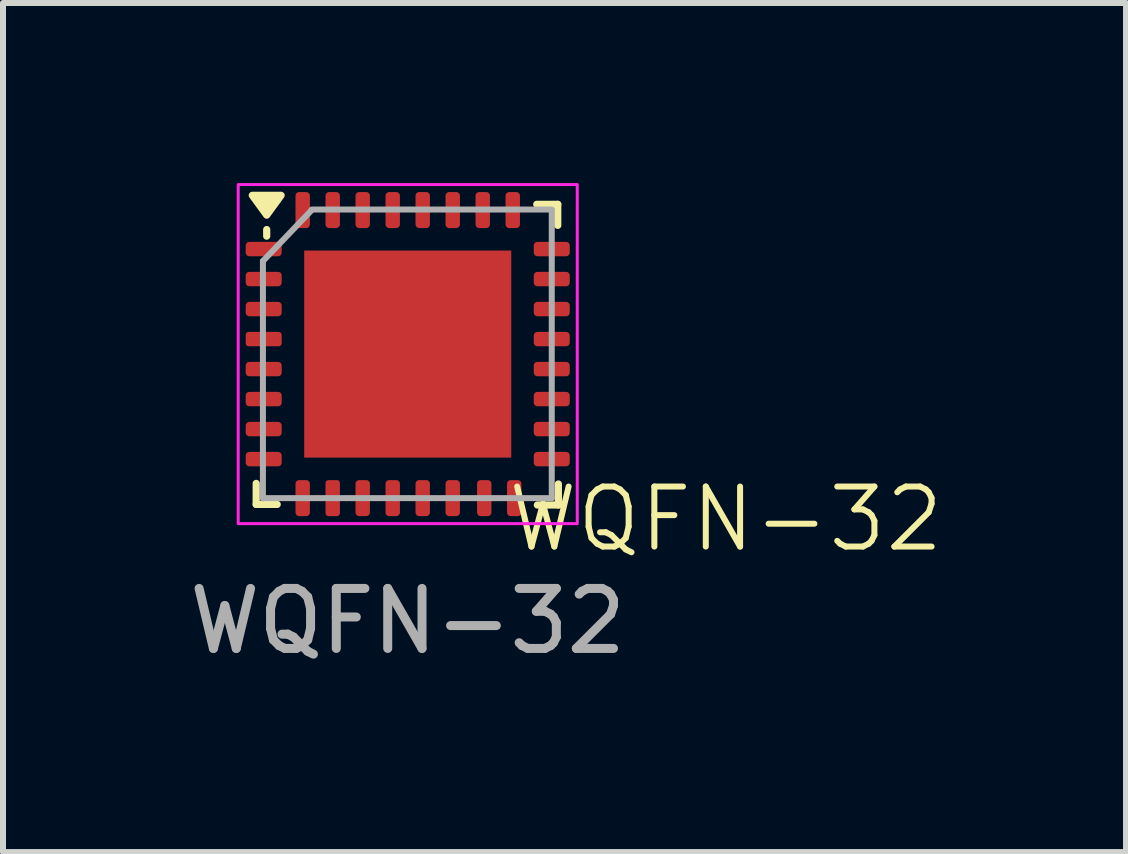
<source format=kicad_pcb>
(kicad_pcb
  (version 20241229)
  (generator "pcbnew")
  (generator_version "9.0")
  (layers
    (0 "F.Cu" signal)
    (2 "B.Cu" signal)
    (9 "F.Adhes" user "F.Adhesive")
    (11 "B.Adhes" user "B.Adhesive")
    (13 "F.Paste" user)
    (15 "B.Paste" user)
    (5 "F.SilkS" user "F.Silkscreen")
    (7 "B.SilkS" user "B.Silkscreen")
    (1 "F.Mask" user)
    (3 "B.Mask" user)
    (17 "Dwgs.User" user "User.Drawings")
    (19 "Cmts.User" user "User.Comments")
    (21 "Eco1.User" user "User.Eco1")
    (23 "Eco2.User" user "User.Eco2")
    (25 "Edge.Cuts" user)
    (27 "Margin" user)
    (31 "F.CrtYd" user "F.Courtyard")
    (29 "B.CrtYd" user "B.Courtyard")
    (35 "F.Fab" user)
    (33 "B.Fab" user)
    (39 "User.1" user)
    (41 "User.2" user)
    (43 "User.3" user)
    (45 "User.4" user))
  (footprint "WQFN-32"
    (layer "F.Cu")
    (at 3.744 2.85)
    (property "Reference" "WQFN-32" (at 5.3 2.75 0) (unlocked yes) (layer "F.SilkS") (effects (font (size 1 1) (thickness 0.1))))
    (attr smd)
    (fp_line (start -2.525 2.505) (end -2.525 2.155) (stroke (width 0.12) (type solid)) (layer "F.SilkS"))
    (fp_line (start -2.35 -1.965) (end -2.35 -2.075) (stroke (width 0.12) (type solid)) (layer "F.SilkS"))
    (fp_line (start -2.175 2.505) (end -2.525 2.505) (stroke (width 0.12) (type solid)) (layer "F.SilkS"))
    (fp_line (start 2.15 -2.495) (end 2.5 -2.495) (stroke (width 0.12) (type solid)) (layer "F.SilkS"))
    (fp_line (start 2.16 2.515) (end 2.51 2.515) (stroke (width 0.12) (type solid)) (layer "F.SilkS"))
    (fp_line (start 2.5 -2.495) (end 2.5 -2.145) (stroke (width 0.12) (type solid)) (layer "F.SilkS"))
    (fp_line (start 2.51 2.515) (end 2.51 2.165) (stroke (width 0.12) (type solid)) (layer "F.SilkS"))
    (fp_poly (pts (xy -2.35 -2.315) (xy -2.59 -2.645) (xy -2.11 -2.645) (xy -2.35 -2.315)) (stroke (width 0.12) (type solid)) (fill yes) (layer "F.SilkS"))
    (fp_rect (start -2.825 -2.825) (end 2.825 2.825) (stroke (width 0.05) (type default)) (fill no) (layer "F.CrtYd"))
    (fp_line (start -2.413 -1.55) (end -1.6 -2.4) (stroke (width 0.1) (type solid)) (layer "F.Fab"))
    (fp_line (start -2.413 2.405) (end -2.413 -1.55) (stroke (width 0.1) (type solid)) (layer "F.Fab"))
    (fp_line (start -1.6 -2.408) (end 2.4 -2.408) (stroke (width 0.1) (type solid)) (layer "F.Fab"))
    (fp_line (start 2.4 -2.4) (end 2.4 2.4) (stroke (width 0.1) (type solid)) (layer "F.Fab"))
    (fp_line (start 2.4 2.4) (end -2.4 2.4) (stroke (width 0.1) (type solid)) (layer "F.Fab"))
    (fp_text user "${REFERENCE}" (at 0 4.45 0) (unlocked yes) (layer "F.Fab") (effects (font (size 1 1) (thickness 0.15))))
    (pad "" smd roundrect (at -0.845 -0.845) (size 1.49 1.49) (layers "F.Paste") (roundrect_rratio 0.05))
    (pad "" smd roundrect (at -0.845 0.845) (size 1.49 1.49) (layers "F.Paste") (roundrect_rratio 0.05))
    (pad "" smd roundrect (at 0.845 -0.845) (size 1.49 1.49) (layers "F.Paste") (roundrect_rratio 0.05))
    (pad "" smd roundrect (at 0.845 0.845) (size 1.49 1.49) (layers "F.Paste") (roundrect_rratio 0.05))
    (pad "1" smd roundrect (at -2.4 -1.75) (size 0.6 0.24) (layers "F.Cu" "F.Mask" "F.Paste") (roundrect_rratio 0.25))
    (pad "2" smd roundrect (at -2.4 -1.25) (size 0.6 0.24) (layers "F.Cu" "F.Mask" "F.Paste") (roundrect_rratio 0.25))
    (pad "3" smd roundrect (at -2.4 -0.75) (size 0.6 0.24) (layers "F.Cu" "F.Mask" "F.Paste") (roundrect_rratio 0.25))
    (pad "4" smd roundrect (at -2.4 -0.25) (size 0.6 0.24) (layers "F.Cu" "F.Mask" "F.Paste") (roundrect_rratio 0.208))
    (pad "5" smd roundrect (at -2.4 0.25) (size 0.6 0.24) (layers "F.Cu" "F.Mask" "F.Paste") (roundrect_rratio 0.25))
    (pad "6" smd roundrect (at -2.4 0.75) (size 0.6 0.24) (layers "F.Cu" "F.Mask" "F.Paste") (roundrect_rratio 0.25))
    (pad "7" smd roundrect (at -2.4 1.25) (size 0.6 0.24) (layers "F.Cu" "F.Mask" "F.Paste") (roundrect_rratio 0.25))
    (pad "8" smd roundrect (at -2.4 1.75) (size 0.6 0.24) (layers "F.Cu" "F.Mask" "F.Paste") (roundrect_rratio 0.25))
    (pad "9" smd roundrect (at -1.75 2.4) (size 0.24 0.6) (layers "F.Cu" "F.Mask" "F.Paste") (roundrect_rratio 0.25))
    (pad "10" smd roundrect (at -1.25 2.4) (size 0.24 0.6) (layers "F.Cu" "F.Mask" "F.Paste") (roundrect_rratio 0.208))
    (pad "11" smd roundrect (at -0.75 2.4) (size 0.24 0.6) (layers "F.Cu" "F.Mask" "F.Paste") (roundrect_rratio 0.25))
    (pad "12" smd roundrect (at -0.25 2.4) (size 0.24 0.6) (layers "F.Cu" "F.Mask" "F.Paste") (roundrect_rratio 0.25))
    (pad "13" smd roundrect (at 0.25 2.4) (size 0.24 0.6) (layers "F.Cu" "F.Mask" "F.Paste") (roundrect_rratio 0.25))
    (pad "14" smd roundrect (at 0.75 2.4) (size 0.24 0.6) (layers "F.Cu" "F.Mask" "F.Paste") (roundrect_rratio 0.25))
    (pad "15" smd roundrect (at 1.275 2.4) (size 0.24 0.6) (layers "F.Cu" "F.Mask" "F.Paste") (roundrect_rratio 0.25))
    (pad "16" smd roundrect (at 1.775 2.4) (size 0.24 0.6) (layers "F.Cu" "F.Mask" "F.Paste") (roundrect_rratio 0.25))
    (pad "17" smd roundrect (at 2.4 1.75) (size 0.6 0.24) (layers "F.Cu" "F.Mask" "F.Paste") (roundrect_rratio 0.25))
    (pad "18" smd roundrect (at 2.4 1.25) (size 0.6 0.24) (layers "F.Cu" "F.Mask" "F.Paste") (roundrect_rratio 0.25))
    (pad "19" smd roundrect (at 2.4 0.75) (size 0.6 0.24) (layers "F.Cu" "F.Mask" "F.Paste") (roundrect_rratio 0.25))
    (pad "20" smd roundrect (at 2.4 0.25) (size 0.6 0.24) (layers "F.Cu" "F.Mask" "F.Paste") (roundrect_rratio 0.25))
    (pad "21" smd roundrect (at 2.4 -0.25) (size 0.6 0.24) (layers "F.Cu" "F.Mask" "F.Paste") (roundrect_rratio 0.25))
    (pad "22" smd roundrect (at 2.4 -0.75) (size 0.6 0.24) (layers "F.Cu" "F.Mask" "F.Paste") (roundrect_rratio 0.25))
    (pad "23" smd roundrect (at 2.4 -1.25) (size 0.6 0.24) (layers "F.Cu" "F.Mask" "F.Paste") (roundrect_rratio 0.25))
    (pad "24" smd roundrect (at 2.4 -1.75) (size 0.6 0.24) (layers "F.Cu" "F.Mask" "F.Paste") (roundrect_rratio 0.25))
    (pad "25" smd roundrect (at 1.75 -2.4) (size 0.24 0.6) (layers "F.Cu" "F.Mask" "F.Paste") (roundrect_rratio 0.25))
    (pad "26" smd roundrect (at 1.25 -2.4) (size 0.24 0.6) (layers "F.Cu" "F.Mask" "F.Paste") (roundrect_rratio 0.25))
    (pad "27" smd roundrect (at 0.75 -2.4) (size 0.24 0.6) (layers "F.Cu" "F.Mask" "F.Paste") (roundrect_rratio 0.25))
    (pad "28" smd roundrect (at 0.25 -2.4) (size 0.24 0.6) (layers "F.Cu" "F.Mask" "F.Paste") (roundrect_rratio 0.25))
    (pad "29" smd roundrect (at -0.25 -2.4) (size 0.24 0.6) (layers "F.Cu" "F.Mask" "F.Paste") (roundrect_rratio 0.25))
    (pad "30" smd roundrect (at -0.75 -2.4) (size 0.24 0.6) (layers "F.Cu" "F.Mask" "F.Paste") (roundrect_rratio 0.25))
    (pad "31" smd roundrect (at -1.25 -2.4) (size 0.24 0.6) (layers "F.Cu" "F.Mask" "F.Paste") (roundrect_rratio 0.25))
    (pad "32" smd roundrect (at -1.75 -2.4) (size 0.24 0.6) (layers "F.Cu" "F.Mask" "F.Paste") (roundrect_rratio 0.25))
    (pad "33" smd rect (at 0 0) (size 3.45 3.45) (property pad_prop_heatsink) (layers "F.Cu" "F.Mask")))
  (gr_rect
    (start -3 -3)
    (end 15.713 11.148)
    (stroke (width 0.1) (type default))
    (fill no)
    (layer "Edge.Cuts")))
</source>
